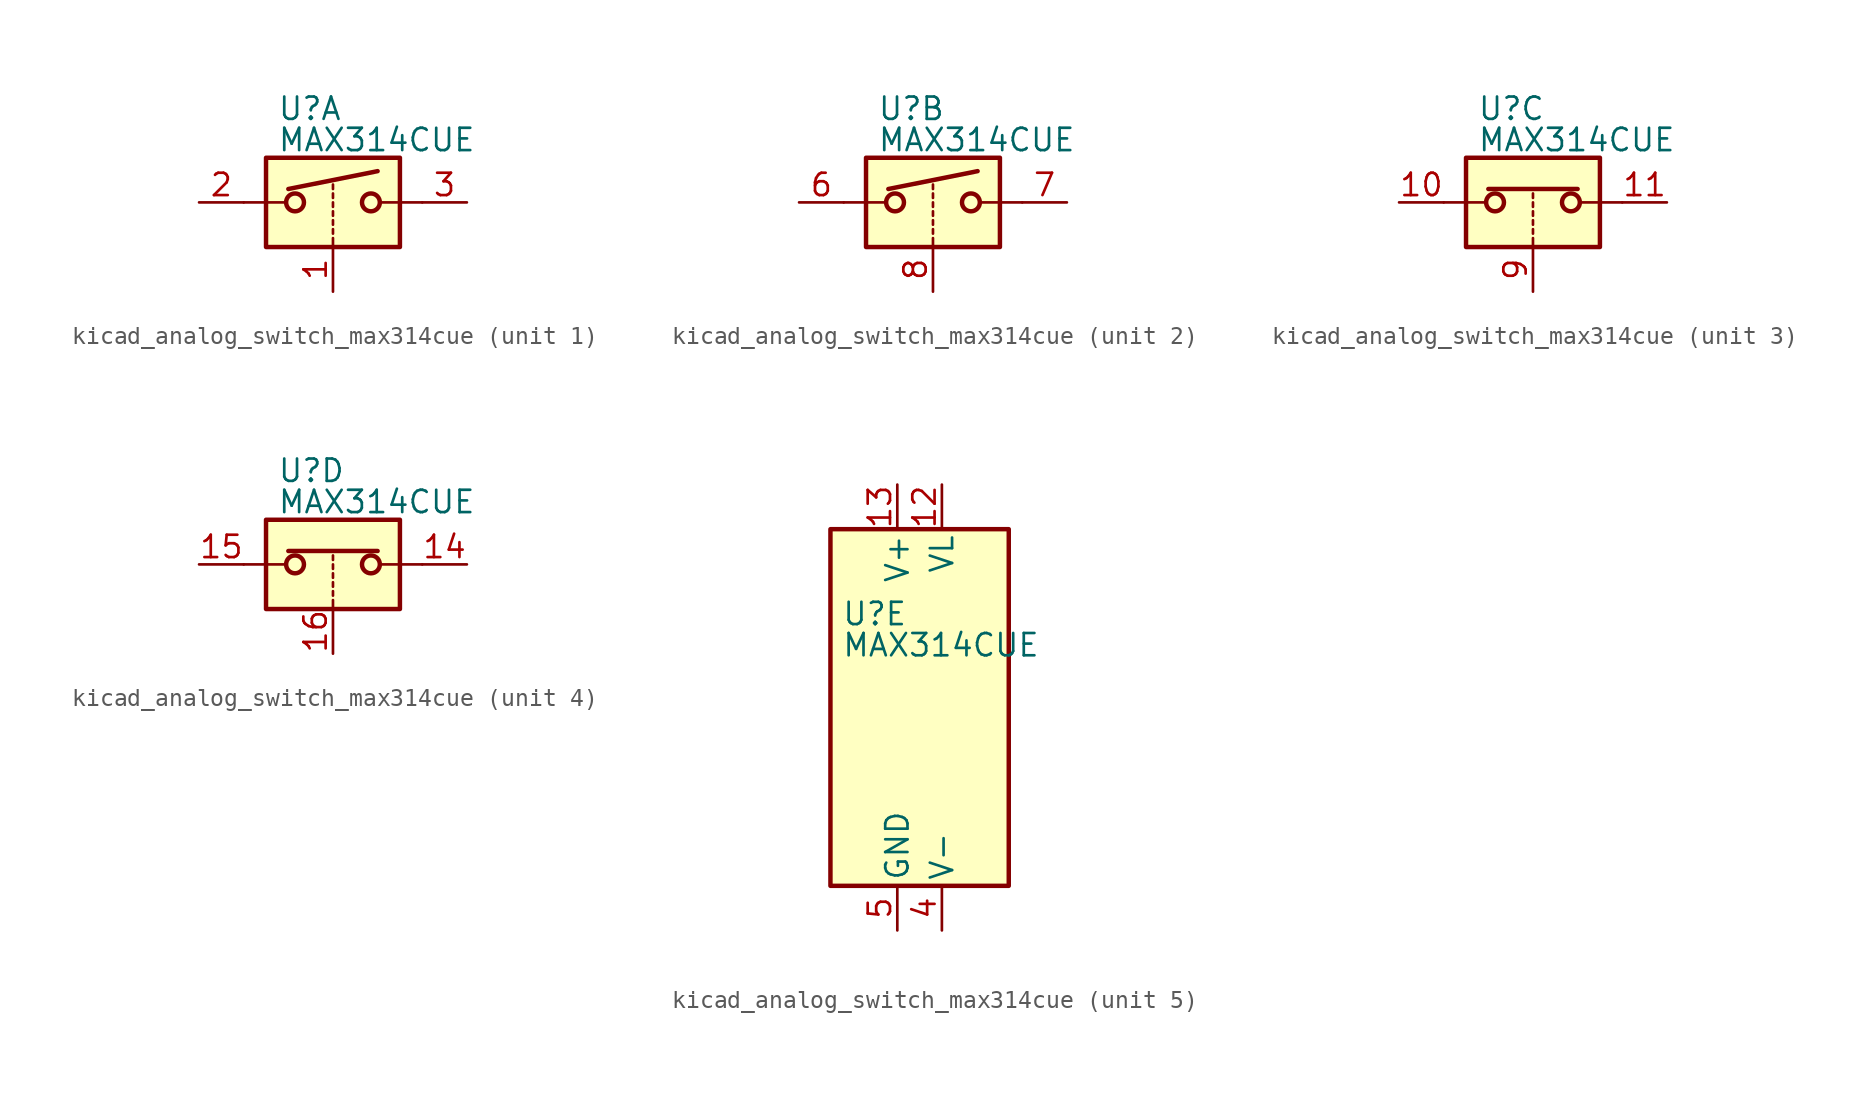
<source format=kicad_sym>
(kicad_symbol_lib
  (version 20220914)
  (generator kicad_symbol_editor)
  (symbol "kicad_analog_switch_max314cue"
    (pin_names
      (offset 0.254))
    (property "Reference" "U"
      (at -3.175 5.334 0)
      (effects (font (size 1.27 1.27)) (justify left)))
    (property "Value" "MAX314CUE"
      (at -3.175 3.556 0)
      (effects (font (size 1.27 1.27)) (justify left)))
    (symbol "kicad_analog_switch_max314cue_1_1"
      (rectangle (start -3.81 2.54) (end 3.81 -2.54) (stroke (width 0.254) (type default)) (fill (type background)))
      (circle (center -2.159 0) (radius 0.508) (stroke (width 0.254) (type default)) (fill (type none)))
      (polyline (pts (xy -5.08 0) (xy -2.794 0)) (stroke (width 0) (type default)) (fill (type none)))
      (polyline (pts (xy -2.54 0.762) (xy 2.54 1.778)) (stroke (width 0.254) (type default)) (fill (type none)))
      (polyline (pts (xy 0 -2.54) (xy 0 -2.032)) (stroke (width 0) (type default)) (fill (type none)))
      (polyline (pts (xy 0 -1.778) (xy 0 -1.524)) (stroke (width 0) (type default)) (fill (type none)))
      (polyline (pts (xy 0 -1.27) (xy 0 -1.016)) (stroke (width 0) (type default)) (fill (type none)))
      (polyline (pts (xy 0 -0.762) (xy 0 -0.508)) (stroke (width 0) (type default)) (fill (type none)))
      (polyline (pts (xy 0 -0.254) (xy 0 0)) (stroke (width 0) (type default)) (fill (type none)))
      (polyline (pts (xy 0 0.254) (xy 0 0.508)) (stroke (width 0) (type default)) (fill (type none)))
      (polyline (pts (xy 0 0.762) (xy 0 1.016)) (stroke (width 0) (type default)) (fill (type none)))
      (polyline (pts (xy 5.08 0) (xy 2.794 0)) (stroke (width 0) (type default)) (fill (type none)))
      (circle (center 2.159 0) (radius 0.508) (stroke (width 0.254) (type default)) (fill (type none)))
      (pin input line (at 0 -5.08 90) (length 2.54) (name "~" (effects (font (size 1.27 1.27)))) (number "1" (effects (font (size 1.27 1.27)))))
      (pin passive line (at -7.62 0 0) (length 2.54) (name "~" (effects (font (size 1.27 1.27)))) (number "2" (effects (font (size 1.27 1.27)))))
      (pin passive line (at 7.62 0 180) (length 2.54) (name "~" (effects (font (size 1.27 1.27)))) (number "3" (effects (font (size 1.27 1.27))))))
    (symbol "kicad_analog_switch_max314cue_2_1"
      (rectangle (start -3.81 2.54) (end 3.81 -2.54) (stroke (width 0.254) (type default)) (fill (type background)))
      (circle (center -2.159 0) (radius 0.508) (stroke (width 0.254) (type default)) (fill (type none)))
      (polyline (pts (xy -5.08 0) (xy -2.794 0)) (stroke (width 0) (type default)) (fill (type none)))
      (polyline (pts (xy -2.54 0.762) (xy 2.54 1.778)) (stroke (width 0.254) (type default)) (fill (type none)))
      (polyline (pts (xy 0 -2.54) (xy 0 -2.032)) (stroke (width 0) (type default)) (fill (type none)))
      (polyline (pts (xy 0 -1.778) (xy 0 -1.524)) (stroke (width 0) (type default)) (fill (type none)))
      (polyline (pts (xy 0 -1.27) (xy 0 -1.016)) (stroke (width 0) (type default)) (fill (type none)))
      (polyline (pts (xy 0 -0.762) (xy 0 -0.508)) (stroke (width 0) (type default)) (fill (type none)))
      (polyline (pts (xy 0 -0.254) (xy 0 0)) (stroke (width 0) (type default)) (fill (type none)))
      (polyline (pts (xy 0 0.254) (xy 0 0.508)) (stroke (width 0) (type default)) (fill (type none)))
      (polyline (pts (xy 0 0.762) (xy 0 1.016)) (stroke (width 0) (type default)) (fill (type none)))
      (polyline (pts (xy 5.08 0) (xy 2.794 0)) (stroke (width 0) (type default)) (fill (type none)))
      (circle (center 2.159 0) (radius 0.508) (stroke (width 0.254) (type default)) (fill (type none)))
      (pin passive line (at -7.62 0 0) (length 2.54) (name "~" (effects (font (size 1.27 1.27)))) (number "6" (effects (font (size 1.27 1.27)))))
      (pin passive line (at 7.62 0 180) (length 2.54) (name "~" (effects (font (size 1.27 1.27)))) (number "7" (effects (font (size 1.27 1.27)))))
      (pin input line (at 0 -5.08 90) (length 2.54) (name "~" (effects (font (size 1.27 1.27)))) (number "8" (effects (font (size 1.27 1.27))))))
    (symbol "kicad_analog_switch_max314cue_3_1"
      (rectangle (start -3.81 2.54) (end 3.81 -2.54) (stroke (width 0.254) (type default)) (fill (type background)))
      (circle (center -2.159 0) (radius 0.508) (stroke (width 0.254) (type default)) (fill (type none)))
      (polyline (pts (xy -5.08 0) (xy -2.794 0)) (stroke (width 0) (type default)) (fill (type none)))
      (polyline (pts (xy -2.54 0.762) (xy 2.54 0.762)) (stroke (width 0.254) (type default)) (fill (type none)))
      (polyline (pts (xy 0 -2.54) (xy 0 -2.032)) (stroke (width 0) (type default)) (fill (type none)))
      (polyline (pts (xy 0 -1.778) (xy 0 -1.524)) (stroke (width 0) (type default)) (fill (type none)))
      (polyline (pts (xy 0 -1.27) (xy 0 -1.016)) (stroke (width 0) (type default)) (fill (type none)))
      (polyline (pts (xy 0 -0.762) (xy 0 -0.508)) (stroke (width 0) (type default)) (fill (type none)))
      (polyline (pts (xy 0 -0.254) (xy 0 0)) (stroke (width 0) (type default)) (fill (type none)))
      (polyline (pts (xy 0 0.254) (xy 0 0.508)) (stroke (width 0) (type default)) (fill (type none)))
      (polyline (pts (xy 5.08 0) (xy 2.794 0)) (stroke (width 0) (type default)) (fill (type none)))
      (circle (center 2.159 0) (radius 0.508) (stroke (width 0.254) (type default)) (fill (type none)))
      (pin passive line (at -7.62 0 0) (length 2.54) (name "~" (effects (font (size 1.27 1.27)))) (number "10" (effects (font (size 1.27 1.27)))))
      (pin passive line (at 7.62 0 180) (length 2.54) (name "~" (effects (font (size 1.27 1.27)))) (number "11" (effects (font (size 1.27 1.27)))))
      (pin input line (at 0 -5.08 90) (length 2.54) (name "~" (effects (font (size 1.27 1.27)))) (number "9" (effects (font (size 1.27 1.27))))))
    (symbol "kicad_analog_switch_max314cue_4_1"
      (rectangle (start -3.81 2.54) (end 3.81 -2.54) (stroke (width 0.254) (type default)) (fill (type background)))
      (circle (center -2.159 0) (radius 0.508) (stroke (width 0.254) (type default)) (fill (type none)))
      (polyline (pts (xy -5.08 0) (xy -2.794 0)) (stroke (width 0) (type default)) (fill (type none)))
      (polyline (pts (xy -2.54 0.762) (xy 2.54 0.762)) (stroke (width 0.254) (type default)) (fill (type none)))
      (polyline (pts (xy 0 -2.54) (xy 0 -2.032)) (stroke (width 0) (type default)) (fill (type none)))
      (polyline (pts (xy 0 -1.778) (xy 0 -1.524)) (stroke (width 0) (type default)) (fill (type none)))
      (polyline (pts (xy 0 -1.27) (xy 0 -1.016)) (stroke (width 0) (type default)) (fill (type none)))
      (polyline (pts (xy 0 -0.762) (xy 0 -0.508)) (stroke (width 0) (type default)) (fill (type none)))
      (polyline (pts (xy 0 -0.254) (xy 0 0)) (stroke (width 0) (type default)) (fill (type none)))
      (polyline (pts (xy 0 0.254) (xy 0 0.508)) (stroke (width 0) (type default)) (fill (type none)))
      (polyline (pts (xy 5.08 0) (xy 2.794 0)) (stroke (width 0) (type default)) (fill (type none)))
      (circle (center 2.159 0) (radius 0.508) (stroke (width 0.254) (type default)) (fill (type none)))
      (pin passive line (at 7.62 0 180) (length 2.54) (name "~" (effects (font (size 1.27 1.27)))) (number "14" (effects (font (size 1.27 1.27)))))
      (pin passive line (at -7.62 0 0) (length 2.54) (name "~" (effects (font (size 1.27 1.27)))) (number "15" (effects (font (size 1.27 1.27)))))
      (pin input line (at 0 -5.08 90) (length 2.54) (name "~" (effects (font (size 1.27 1.27)))) (number "16" (effects (font (size 1.27 1.27))))))
    (symbol "kicad_analog_switch_max314cue_5_0"
      (pin power_in line (at 2.54 12.7 270) (length 2.54) (name "VL" (effects (font (size 1.27 1.27)))) (number "12" (effects (font (size 1.27 1.27)))))
      (pin power_in line (at 0 12.7 270) (length 2.54) (name "V+" (effects (font (size 1.27 1.27)))) (number "13" (effects (font (size 1.27 1.27)))))
      (pin power_in line (at 2.54 -12.7 90) (length 2.54) (name "V-" (effects (font (size 1.27 1.27)))) (number "4" (effects (font (size 1.27 1.27)))))
      (pin power_in line (at 0 -12.7 90) (length 2.54) (name "GND" (effects (font (size 1.27 1.27)))) (number "5" (effects (font (size 1.27 1.27))))))
    (symbol "kicad_analog_switch_max314cue_5_1"
      (rectangle (start -3.81 10.16) (end 6.35 -10.16) (stroke (width 0.254) (type default)) (fill (type background))))))
</source>
